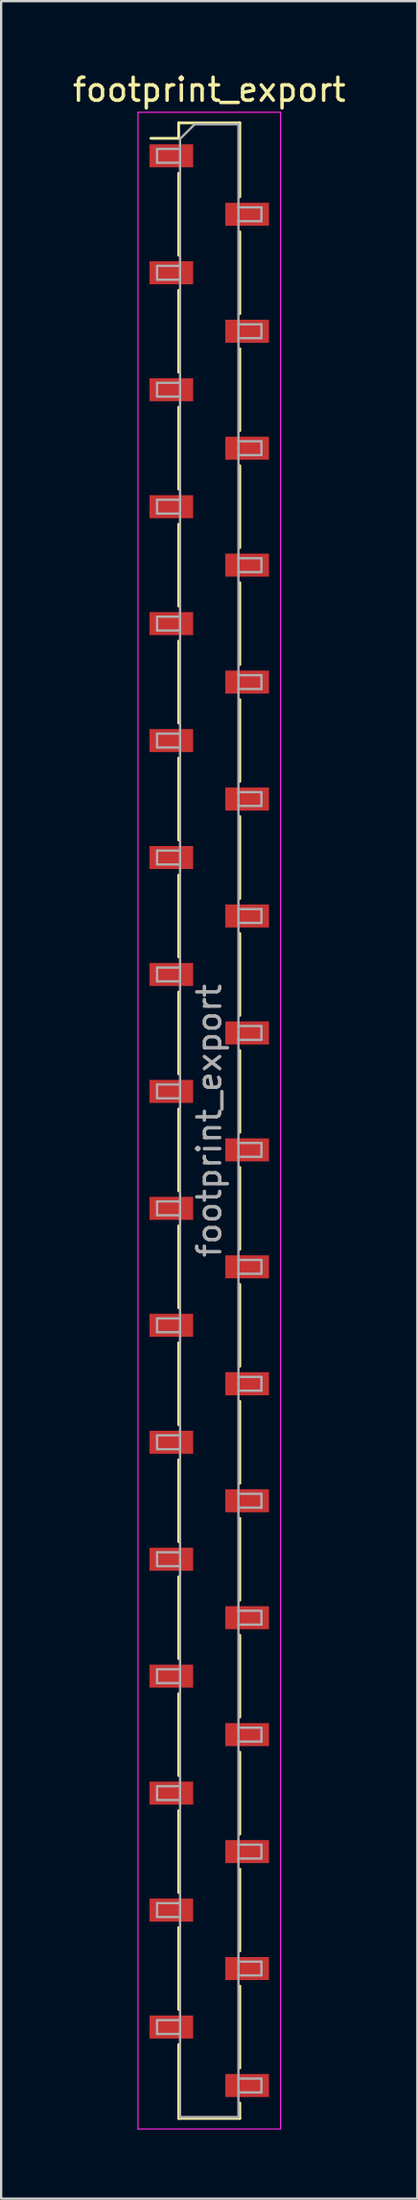
<source format=kicad_pcb>
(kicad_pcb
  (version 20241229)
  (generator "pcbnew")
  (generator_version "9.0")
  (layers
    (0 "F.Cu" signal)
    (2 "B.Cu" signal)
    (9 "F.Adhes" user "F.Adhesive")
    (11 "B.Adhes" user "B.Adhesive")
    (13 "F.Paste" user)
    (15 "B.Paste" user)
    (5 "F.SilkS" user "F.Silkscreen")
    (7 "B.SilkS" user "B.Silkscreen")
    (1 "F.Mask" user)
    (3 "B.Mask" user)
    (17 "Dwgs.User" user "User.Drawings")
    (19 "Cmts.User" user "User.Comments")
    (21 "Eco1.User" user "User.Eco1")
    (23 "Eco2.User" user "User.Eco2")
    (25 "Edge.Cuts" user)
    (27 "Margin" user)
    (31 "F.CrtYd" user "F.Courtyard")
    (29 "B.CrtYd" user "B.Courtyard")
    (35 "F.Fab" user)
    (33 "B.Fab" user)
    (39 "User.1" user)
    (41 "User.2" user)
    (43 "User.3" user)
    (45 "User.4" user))
  (footprint "footprint_export"
    (layer "F.Cu")
    (at 6.054 45.628)
    (property "Reference" "footprint_export" (at 0 -44.78 0) (layer "F.SilkS") (effects (font (size 1 1) (thickness 0.15))))
    (attr smd)
    (fp_line (start -2.54 -42.67) (end -1.33 -42.67) (stroke (width 0.12) (type solid)) (layer "F.SilkS"))
    (fp_line (start -1.33 -43.34) (end -1.33 -42.67) (stroke (width 0.12) (type solid)) (layer "F.SilkS"))
    (fp_line (start -1.33 -43.34) (end 1.33 -43.34) (stroke (width 0.12) (type solid)) (layer "F.SilkS"))
    (fp_line (start -1.33 -41.15) (end -1.33 -37.59) (stroke (width 0.12) (type solid)) (layer "F.SilkS"))
    (fp_line (start -1.33 -36.07) (end -1.33 -32.51) (stroke (width 0.12) (type solid)) (layer "F.SilkS"))
    (fp_line (start -1.33 -30.99) (end -1.33 -27.43) (stroke (width 0.12) (type solid)) (layer "F.SilkS"))
    (fp_line (start -1.33 -25.91) (end -1.33 -22.35) (stroke (width 0.12) (type solid)) (layer "F.SilkS"))
    (fp_line (start -1.33 -20.83) (end -1.33 -17.27) (stroke (width 0.12) (type solid)) (layer "F.SilkS"))
    (fp_line (start -1.33 -15.75) (end -1.33 -12.19) (stroke (width 0.12) (type solid)) (layer "F.SilkS"))
    (fp_line (start -1.33 -10.67) (end -1.33 -7.11) (stroke (width 0.12) (type solid)) (layer "F.SilkS"))
    (fp_line (start -1.33 -5.59) (end -1.33 -2.03) (stroke (width 0.12) (type solid)) (layer "F.SilkS"))
    (fp_line (start -1.33 -0.51) (end -1.33 3.05) (stroke (width 0.12) (type solid)) (layer "F.SilkS"))
    (fp_line (start -1.33 4.57) (end -1.33 8.13) (stroke (width 0.12) (type solid)) (layer "F.SilkS"))
    (fp_line (start -1.33 9.65) (end -1.33 13.21) (stroke (width 0.12) (type solid)) (layer "F.SilkS"))
    (fp_line (start -1.33 14.73) (end -1.33 18.29) (stroke (width 0.12) (type solid)) (layer "F.SilkS"))
    (fp_line (start -1.33 19.81) (end -1.33 23.37) (stroke (width 0.12) (type solid)) (layer "F.SilkS"))
    (fp_line (start -1.33 24.89) (end -1.33 28.45) (stroke (width 0.12) (type solid)) (layer "F.SilkS"))
    (fp_line (start -1.33 29.97) (end -1.33 33.53) (stroke (width 0.12) (type solid)) (layer "F.SilkS"))
    (fp_line (start -1.33 35.05) (end -1.33 38.61) (stroke (width 0.12) (type solid)) (layer "F.SilkS"))
    (fp_line (start -1.33 40.13) (end -1.33 43.34) (stroke (width 0.12) (type solid)) (layer "F.SilkS"))
    (fp_line (start -1.33 43.34) (end 1.33 43.34) (stroke (width 0.12) (type solid)) (layer "F.SilkS"))
    (fp_line (start 1.33 -43.34) (end 1.33 -40.13) (stroke (width 0.12) (type solid)) (layer "F.SilkS"))
    (fp_line (start 1.33 -38.61) (end 1.33 -35.05) (stroke (width 0.12) (type solid)) (layer "F.SilkS"))
    (fp_line (start 1.33 -33.53) (end 1.33 -29.97) (stroke (width 0.12) (type solid)) (layer "F.SilkS"))
    (fp_line (start 1.33 -28.45) (end 1.33 -24.89) (stroke (width 0.12) (type solid)) (layer "F.SilkS"))
    (fp_line (start 1.33 -23.37) (end 1.33 -19.81) (stroke (width 0.12) (type solid)) (layer "F.SilkS"))
    (fp_line (start 1.33 -18.29) (end 1.33 -14.73) (stroke (width 0.12) (type solid)) (layer "F.SilkS"))
    (fp_line (start 1.33 -13.21) (end 1.33 -9.65) (stroke (width 0.12) (type solid)) (layer "F.SilkS"))
    (fp_line (start 1.33 -8.13) (end 1.33 -4.57) (stroke (width 0.12) (type solid)) (layer "F.SilkS"))
    (fp_line (start 1.33 -3.05) (end 1.33 0.51) (stroke (width 0.12) (type solid)) (layer "F.SilkS"))
    (fp_line (start 1.33 2.03) (end 1.33 5.59) (stroke (width 0.12) (type solid)) (layer "F.SilkS"))
    (fp_line (start 1.33 7.11) (end 1.33 10.67) (stroke (width 0.12) (type solid)) (layer "F.SilkS"))
    (fp_line (start 1.33 12.19) (end 1.33 15.75) (stroke (width 0.12) (type solid)) (layer "F.SilkS"))
    (fp_line (start 1.33 17.27) (end 1.33 20.83) (stroke (width 0.12) (type solid)) (layer "F.SilkS"))
    (fp_line (start 1.33 22.35) (end 1.33 25.91) (stroke (width 0.12) (type solid)) (layer "F.SilkS"))
    (fp_line (start 1.33 27.43) (end 1.33 30.99) (stroke (width 0.12) (type solid)) (layer "F.SilkS"))
    (fp_line (start 1.33 32.51) (end 1.33 36.07) (stroke (width 0.12) (type solid)) (layer "F.SilkS"))
    (fp_line (start 1.33 37.59) (end 1.33 41.15) (stroke (width 0.12) (type solid)) (layer "F.SilkS"))
    (fp_line (start 1.33 42.67) (end 1.33 43.34) (stroke (width 0.12) (type solid)) (layer "F.SilkS"))
    (fp_line (start -3.1 -43.8) (end 3.1 -43.8) (stroke (width 0.05) (type solid)) (layer "F.CrtYd"))
    (fp_line (start -3.1 43.8) (end -3.1 -43.8) (stroke (width 0.05) (type solid)) (layer "F.CrtYd"))
    (fp_line (start 3.1 -43.8) (end 3.1 43.8) (stroke (width 0.05) (type solid)) (layer "F.CrtYd"))
    (fp_line (start 3.1 43.8) (end -3.1 43.8) (stroke (width 0.05) (type solid)) (layer "F.CrtYd"))
    (fp_line (start -2.27 -42.21) (end -1.27 -42.21) (stroke (width 0.1) (type solid)) (layer "F.Fab"))
    (fp_line (start -2.27 -41.61) (end -2.27 -42.21) (stroke (width 0.1) (type solid)) (layer "F.Fab"))
    (fp_line (start -2.27 -37.13) (end -1.27 -37.13) (stroke (width 0.1) (type solid)) (layer "F.Fab"))
    (fp_line (start -2.27 -36.53) (end -2.27 -37.13) (stroke (width 0.1) (type solid)) (layer "F.Fab"))
    (fp_line (start -2.27 -32.05) (end -1.27 -32.05) (stroke (width 0.1) (type solid)) (layer "F.Fab"))
    (fp_line (start -2.27 -31.45) (end -2.27 -32.05) (stroke (width 0.1) (type solid)) (layer "F.Fab"))
    (fp_line (start -2.27 -26.97) (end -1.27 -26.97) (stroke (width 0.1) (type solid)) (layer "F.Fab"))
    (fp_line (start -2.27 -26.37) (end -2.27 -26.97) (stroke (width 0.1) (type solid)) (layer "F.Fab"))
    (fp_line (start -2.27 -21.89) (end -1.27 -21.89) (stroke (width 0.1) (type solid)) (layer "F.Fab"))
    (fp_line (start -2.27 -21.29) (end -2.27 -21.89) (stroke (width 0.1) (type solid)) (layer "F.Fab"))
    (fp_line (start -2.27 -16.81) (end -1.27 -16.81) (stroke (width 0.1) (type solid)) (layer "F.Fab"))
    (fp_line (start -2.27 -16.21) (end -2.27 -16.81) (stroke (width 0.1) (type solid)) (layer "F.Fab"))
    (fp_line (start -2.27 -11.73) (end -1.27 -11.73) (stroke (width 0.1) (type solid)) (layer "F.Fab"))
    (fp_line (start -2.27 -11.13) (end -2.27 -11.73) (stroke (width 0.1) (type solid)) (layer "F.Fab"))
    (fp_line (start -2.27 -6.65) (end -1.27 -6.65) (stroke (width 0.1) (type solid)) (layer "F.Fab"))
    (fp_line (start -2.27 -6.05) (end -2.27 -6.65) (stroke (width 0.1) (type solid)) (layer "F.Fab"))
    (fp_line (start -2.27 -1.57) (end -1.27 -1.57) (stroke (width 0.1) (type solid)) (layer "F.Fab"))
    (fp_line (start -2.27 -0.97) (end -2.27 -1.57) (stroke (width 0.1) (type solid)) (layer "F.Fab"))
    (fp_line (start -2.27 3.51) (end -1.27 3.51) (stroke (width 0.1) (type solid)) (layer "F.Fab"))
    (fp_line (start -2.27 4.11) (end -2.27 3.51) (stroke (width 0.1) (type solid)) (layer "F.Fab"))
    (fp_line (start -2.27 8.59) (end -1.27 8.59) (stroke (width 0.1) (type solid)) (layer "F.Fab"))
    (fp_line (start -2.27 9.19) (end -2.27 8.59) (stroke (width 0.1) (type solid)) (layer "F.Fab"))
    (fp_line (start -2.27 13.67) (end -1.27 13.67) (stroke (width 0.1) (type solid)) (layer "F.Fab"))
    (fp_line (start -2.27 14.27) (end -2.27 13.67) (stroke (width 0.1) (type solid)) (layer "F.Fab"))
    (fp_line (start -2.27 18.75) (end -1.27 18.75) (stroke (width 0.1) (type solid)) (layer "F.Fab"))
    (fp_line (start -2.27 19.35) (end -2.27 18.75) (stroke (width 0.1) (type solid)) (layer "F.Fab"))
    (fp_line (start -2.27 23.83) (end -1.27 23.83) (stroke (width 0.1) (type solid)) (layer "F.Fab"))
    (fp_line (start -2.27 24.43) (end -2.27 23.83) (stroke (width 0.1) (type solid)) (layer "F.Fab"))
    (fp_line (start -2.27 28.91) (end -1.27 28.91) (stroke (width 0.1) (type solid)) (layer "F.Fab"))
    (fp_line (start -2.27 29.51) (end -2.27 28.91) (stroke (width 0.1) (type solid)) (layer "F.Fab"))
    (fp_line (start -2.27 33.99) (end -1.27 33.99) (stroke (width 0.1) (type solid)) (layer "F.Fab"))
    (fp_line (start -2.27 34.59) (end -2.27 33.99) (stroke (width 0.1) (type solid)) (layer "F.Fab"))
    (fp_line (start -2.27 39.07) (end -1.27 39.07) (stroke (width 0.1) (type solid)) (layer "F.Fab"))
    (fp_line (start -2.27 39.67) (end -2.27 39.07) (stroke (width 0.1) (type solid)) (layer "F.Fab"))
    (fp_line (start -1.27 -42.645) (end -0.635 -43.28) (stroke (width 0.1) (type solid)) (layer "F.Fab"))
    (fp_line (start -1.27 -41.61) (end -2.27 -41.61) (stroke (width 0.1) (type solid)) (layer "F.Fab"))
    (fp_line (start -1.27 -36.53) (end -2.27 -36.53) (stroke (width 0.1) (type solid)) (layer "F.Fab"))
    (fp_line (start -1.27 -31.45) (end -2.27 -31.45) (stroke (width 0.1) (type solid)) (layer "F.Fab"))
    (fp_line (start -1.27 -26.37) (end -2.27 -26.37) (stroke (width 0.1) (type solid)) (layer "F.Fab"))
    (fp_line (start -1.27 -21.29) (end -2.27 -21.29) (stroke (width 0.1) (type solid)) (layer "F.Fab"))
    (fp_line (start -1.27 -16.21) (end -2.27 -16.21) (stroke (width 0.1) (type solid)) (layer "F.Fab"))
    (fp_line (start -1.27 -11.13) (end -2.27 -11.13) (stroke (width 0.1) (type solid)) (layer "F.Fab"))
    (fp_line (start -1.27 -6.05) (end -2.27 -6.05) (stroke (width 0.1) (type solid)) (layer "F.Fab"))
    (fp_line (start -1.27 -0.97) (end -2.27 -0.97) (stroke (width 0.1) (type solid)) (layer "F.Fab"))
    (fp_line (start -1.27 4.11) (end -2.27 4.11) (stroke (width 0.1) (type solid)) (layer "F.Fab"))
    (fp_line (start -1.27 9.19) (end -2.27 9.19) (stroke (width 0.1) (type solid)) (layer "F.Fab"))
    (fp_line (start -1.27 14.27) (end -2.27 14.27) (stroke (width 0.1) (type solid)) (layer "F.Fab"))
    (fp_line (start -1.27 19.35) (end -2.27 19.35) (stroke (width 0.1) (type solid)) (layer "F.Fab"))
    (fp_line (start -1.27 24.43) (end -2.27 24.43) (stroke (width 0.1) (type solid)) (layer "F.Fab"))
    (fp_line (start -1.27 29.51) (end -2.27 29.51) (stroke (width 0.1) (type solid)) (layer "F.Fab"))
    (fp_line (start -1.27 34.59) (end -2.27 34.59) (stroke (width 0.1) (type solid)) (layer "F.Fab"))
    (fp_line (start -1.27 39.67) (end -2.27 39.67) (stroke (width 0.1) (type solid)) (layer "F.Fab"))
    (fp_line (start -1.27 43.28) (end -1.27 -42.645) (stroke (width 0.1) (type solid)) (layer "F.Fab"))
    (fp_line (start -0.635 -43.28) (end 1.27 -43.28) (stroke (width 0.1) (type solid)) (layer "F.Fab"))
    (fp_line (start 1.27 -43.28) (end 1.27 43.28) (stroke (width 0.1) (type solid)) (layer "F.Fab"))
    (fp_line (start 1.27 -39.67) (end 2.27 -39.67) (stroke (width 0.1) (type solid)) (layer "F.Fab"))
    (fp_line (start 1.27 -34.59) (end 2.27 -34.59) (stroke (width 0.1) (type solid)) (layer "F.Fab"))
    (fp_line (start 1.27 -29.51) (end 2.27 -29.51) (stroke (width 0.1) (type solid)) (layer "F.Fab"))
    (fp_line (start 1.27 -24.43) (end 2.27 -24.43) (stroke (width 0.1) (type solid)) (layer "F.Fab"))
    (fp_line (start 1.27 -19.35) (end 2.27 -19.35) (stroke (width 0.1) (type solid)) (layer "F.Fab"))
    (fp_line (start 1.27 -14.27) (end 2.27 -14.27) (stroke (width 0.1) (type solid)) (layer "F.Fab"))
    (fp_line (start 1.27 -9.19) (end 2.27 -9.19) (stroke (width 0.1) (type solid)) (layer "F.Fab"))
    (fp_line (start 1.27 -4.11) (end 2.27 -4.11) (stroke (width 0.1) (type solid)) (layer "F.Fab"))
    (fp_line (start 1.27 0.97) (end 2.27 0.97) (stroke (width 0.1) (type solid)) (layer "F.Fab"))
    (fp_line (start 1.27 6.05) (end 2.27 6.05) (stroke (width 0.1) (type solid)) (layer "F.Fab"))
    (fp_line (start 1.27 11.13) (end 2.27 11.13) (stroke (width 0.1) (type solid)) (layer "F.Fab"))
    (fp_line (start 1.27 16.21) (end 2.27 16.21) (stroke (width 0.1) (type solid)) (layer "F.Fab"))
    (fp_line (start 1.27 21.29) (end 2.27 21.29) (stroke (width 0.1) (type solid)) (layer "F.Fab"))
    (fp_line (start 1.27 26.37) (end 2.27 26.37) (stroke (width 0.1) (type solid)) (layer "F.Fab"))
    (fp_line (start 1.27 31.45) (end 2.27 31.45) (stroke (width 0.1) (type solid)) (layer "F.Fab"))
    (fp_line (start 1.27 36.53) (end 2.27 36.53) (stroke (width 0.1) (type solid)) (layer "F.Fab"))
    (fp_line (start 1.27 41.61) (end 2.27 41.61) (stroke (width 0.1) (type solid)) (layer "F.Fab"))
    (fp_line (start 1.27 43.28) (end -1.27 43.28) (stroke (width 0.1) (type solid)) (layer "F.Fab"))
    (fp_line (start 2.27 -39.67) (end 2.27 -39.07) (stroke (width 0.1) (type solid)) (layer "F.Fab"))
    (fp_line (start 2.27 -39.07) (end 1.27 -39.07) (stroke (width 0.1) (type solid)) (layer "F.Fab"))
    (fp_line (start 2.27 -34.59) (end 2.27 -33.99) (stroke (width 0.1) (type solid)) (layer "F.Fab"))
    (fp_line (start 2.27 -33.99) (end 1.27 -33.99) (stroke (width 0.1) (type solid)) (layer "F.Fab"))
    (fp_line (start 2.27 -29.51) (end 2.27 -28.91) (stroke (width 0.1) (type solid)) (layer "F.Fab"))
    (fp_line (start 2.27 -28.91) (end 1.27 -28.91) (stroke (width 0.1) (type solid)) (layer "F.Fab"))
    (fp_line (start 2.27 -24.43) (end 2.27 -23.83) (stroke (width 0.1) (type solid)) (layer "F.Fab"))
    (fp_line (start 2.27 -23.83) (end 1.27 -23.83) (stroke (width 0.1) (type solid)) (layer "F.Fab"))
    (fp_line (start 2.27 -19.35) (end 2.27 -18.75) (stroke (width 0.1) (type solid)) (layer "F.Fab"))
    (fp_line (start 2.27 -18.75) (end 1.27 -18.75) (stroke (width 0.1) (type solid)) (layer "F.Fab"))
    (fp_line (start 2.27 -14.27) (end 2.27 -13.67) (stroke (width 0.1) (type solid)) (layer "F.Fab"))
    (fp_line (start 2.27 -13.67) (end 1.27 -13.67) (stroke (width 0.1) (type solid)) (layer "F.Fab"))
    (fp_line (start 2.27 -9.19) (end 2.27 -8.59) (stroke (width 0.1) (type solid)) (layer "F.Fab"))
    (fp_line (start 2.27 -8.59) (end 1.27 -8.59) (stroke (width 0.1) (type solid)) (layer "F.Fab"))
    (fp_line (start 2.27 -4.11) (end 2.27 -3.51) (stroke (width 0.1) (type solid)) (layer "F.Fab"))
    (fp_line (start 2.27 -3.51) (end 1.27 -3.51) (stroke (width 0.1) (type solid)) (layer "F.Fab"))
    (fp_line (start 2.27 0.97) (end 2.27 1.57) (stroke (width 0.1) (type solid)) (layer "F.Fab"))
    (fp_line (start 2.27 1.57) (end 1.27 1.57) (stroke (width 0.1) (type solid)) (layer "F.Fab"))
    (fp_line (start 2.27 6.05) (end 2.27 6.65) (stroke (width 0.1) (type solid)) (layer "F.Fab"))
    (fp_line (start 2.27 6.65) (end 1.27 6.65) (stroke (width 0.1) (type solid)) (layer "F.Fab"))
    (fp_line (start 2.27 11.13) (end 2.27 11.73) (stroke (width 0.1) (type solid)) (layer "F.Fab"))
    (fp_line (start 2.27 11.73) (end 1.27 11.73) (stroke (width 0.1) (type solid)) (layer "F.Fab"))
    (fp_line (start 2.27 16.21) (end 2.27 16.81) (stroke (width 0.1) (type solid)) (layer "F.Fab"))
    (fp_line (start 2.27 16.81) (end 1.27 16.81) (stroke (width 0.1) (type solid)) (layer "F.Fab"))
    (fp_line (start 2.27 21.29) (end 2.27 21.89) (stroke (width 0.1) (type solid)) (layer "F.Fab"))
    (fp_line (start 2.27 21.89) (end 1.27 21.89) (stroke (width 0.1) (type solid)) (layer "F.Fab"))
    (fp_line (start 2.27 26.37) (end 2.27 26.97) (stroke (width 0.1) (type solid)) (layer "F.Fab"))
    (fp_line (start 2.27 26.97) (end 1.27 26.97) (stroke (width 0.1) (type solid)) (layer "F.Fab"))
    (fp_line (start 2.27 31.45) (end 2.27 32.05) (stroke (width 0.1) (type solid)) (layer "F.Fab"))
    (fp_line (start 2.27 32.05) (end 1.27 32.05) (stroke (width 0.1) (type solid)) (layer "F.Fab"))
    (fp_line (start 2.27 36.53) (end 2.27 37.13) (stroke (width 0.1) (type solid)) (layer "F.Fab"))
    (fp_line (start 2.27 37.13) (end 1.27 37.13) (stroke (width 0.1) (type solid)) (layer "F.Fab"))
    (fp_line (start 2.27 41.61) (end 2.27 42.21) (stroke (width 0.1) (type solid)) (layer "F.Fab"))
    (fp_line (start 2.27 42.21) (end 1.27 42.21) (stroke (width 0.1) (type solid)) (layer "F.Fab"))
    (fp_text user "${REFERENCE}" (at 0 0 90) (layer "F.Fab") (effects (font (size 1 1) (thickness 0.15))))
    (pad "1" smd rect (at -1.65 -41.91) (size 1.9 1) (layers "F.Cu" "F.Mask" "F.Paste"))
    (pad "2" smd rect (at 1.65 -39.37) (size 1.9 1) (layers "F.Cu" "F.Mask" "F.Paste"))
    (pad "3" smd rect (at -1.65 -36.83) (size 1.9 1) (layers "F.Cu" "F.Mask" "F.Paste"))
    (pad "4" smd rect (at 1.65 -34.29) (size 1.9 1) (layers "F.Cu" "F.Mask" "F.Paste"))
    (pad "5" smd rect (at -1.65 -31.75) (size 1.9 1) (layers "F.Cu" "F.Mask" "F.Paste"))
    (pad "6" smd rect (at 1.65 -29.21) (size 1.9 1) (layers "F.Cu" "F.Mask" "F.Paste"))
    (pad "7" smd rect (at -1.65 -26.67) (size 1.9 1) (layers "F.Cu" "F.Mask" "F.Paste"))
    (pad "8" smd rect (at 1.65 -24.13) (size 1.9 1) (layers "F.Cu" "F.Mask" "F.Paste"))
    (pad "9" smd rect (at -1.65 -21.59) (size 1.9 1) (layers "F.Cu" "F.Mask" "F.Paste"))
    (pad "10" smd rect (at 1.65 -19.05) (size 1.9 1) (layers "F.Cu" "F.Mask" "F.Paste"))
    (pad "11" smd rect (at -1.65 -16.51) (size 1.9 1) (layers "F.Cu" "F.Mask" "F.Paste"))
    (pad "12" smd rect (at 1.65 -13.97) (size 1.9 1) (layers "F.Cu" "F.Mask" "F.Paste"))
    (pad "13" smd rect (at -1.65 -11.43) (size 1.9 1) (layers "F.Cu" "F.Mask" "F.Paste"))
    (pad "14" smd rect (at 1.65 -8.89) (size 1.9 1) (layers "F.Cu" "F.Mask" "F.Paste"))
    (pad "15" smd rect (at -1.65 -6.35) (size 1.9 1) (layers "F.Cu" "F.Mask" "F.Paste"))
    (pad "16" smd rect (at 1.65 -3.81) (size 1.9 1) (layers "F.Cu" "F.Mask" "F.Paste"))
    (pad "17" smd rect (at -1.65 -1.27) (size 1.9 1) (layers "F.Cu" "F.Mask" "F.Paste"))
    (pad "18" smd rect (at 1.65 1.27) (size 1.9 1) (layers "F.Cu" "F.Mask" "F.Paste"))
    (pad "19" smd rect (at -1.65 3.81) (size 1.9 1) (layers "F.Cu" "F.Mask" "F.Paste"))
    (pad "20" smd rect (at 1.65 6.35) (size 1.9 1) (layers "F.Cu" "F.Mask" "F.Paste"))
    (pad "21" smd rect (at -1.65 8.89) (size 1.9 1) (layers "F.Cu" "F.Mask" "F.Paste"))
    (pad "22" smd rect (at 1.65 11.43) (size 1.9 1) (layers "F.Cu" "F.Mask" "F.Paste"))
    (pad "23" smd rect (at -1.65 13.97) (size 1.9 1) (layers "F.Cu" "F.Mask" "F.Paste"))
    (pad "24" smd rect (at 1.65 16.51) (size 1.9 1) (layers "F.Cu" "F.Mask" "F.Paste"))
    (pad "25" smd rect (at -1.65 19.05) (size 1.9 1) (layers "F.Cu" "F.Mask" "F.Paste"))
    (pad "26" smd rect (at 1.65 21.59) (size 1.9 1) (layers "F.Cu" "F.Mask" "F.Paste"))
    (pad "27" smd rect (at -1.65 24.13) (size 1.9 1) (layers "F.Cu" "F.Mask" "F.Paste"))
    (pad "28" smd rect (at 1.65 26.67) (size 1.9 1) (layers "F.Cu" "F.Mask" "F.Paste"))
    (pad "29" smd rect (at -1.65 29.21) (size 1.9 1) (layers "F.Cu" "F.Mask" "F.Paste"))
    (pad "30" smd rect (at 1.65 31.75) (size 1.9 1) (layers "F.Cu" "F.Mask" "F.Paste"))
    (pad "31" smd rect (at -1.65 34.29) (size 1.9 1) (layers "F.Cu" "F.Mask" "F.Paste"))
    (pad "32" smd rect (at 1.65 36.83) (size 1.9 1) (layers "F.Cu" "F.Mask" "F.Paste"))
    (pad "33" smd rect (at -1.65 39.37) (size 1.9 1) (layers "F.Cu" "F.Mask" "F.Paste"))
    (pad "34" smd rect (at 1.65 41.91) (size 1.9 1) (layers "F.Cu" "F.Mask" "F.Paste")))
  (gr_rect
    (start -3 -3)
    (end 15.107 92.453)
    (stroke (width 0.1) (type default))
    (fill no)
    (layer "Edge.Cuts")))
</source>
